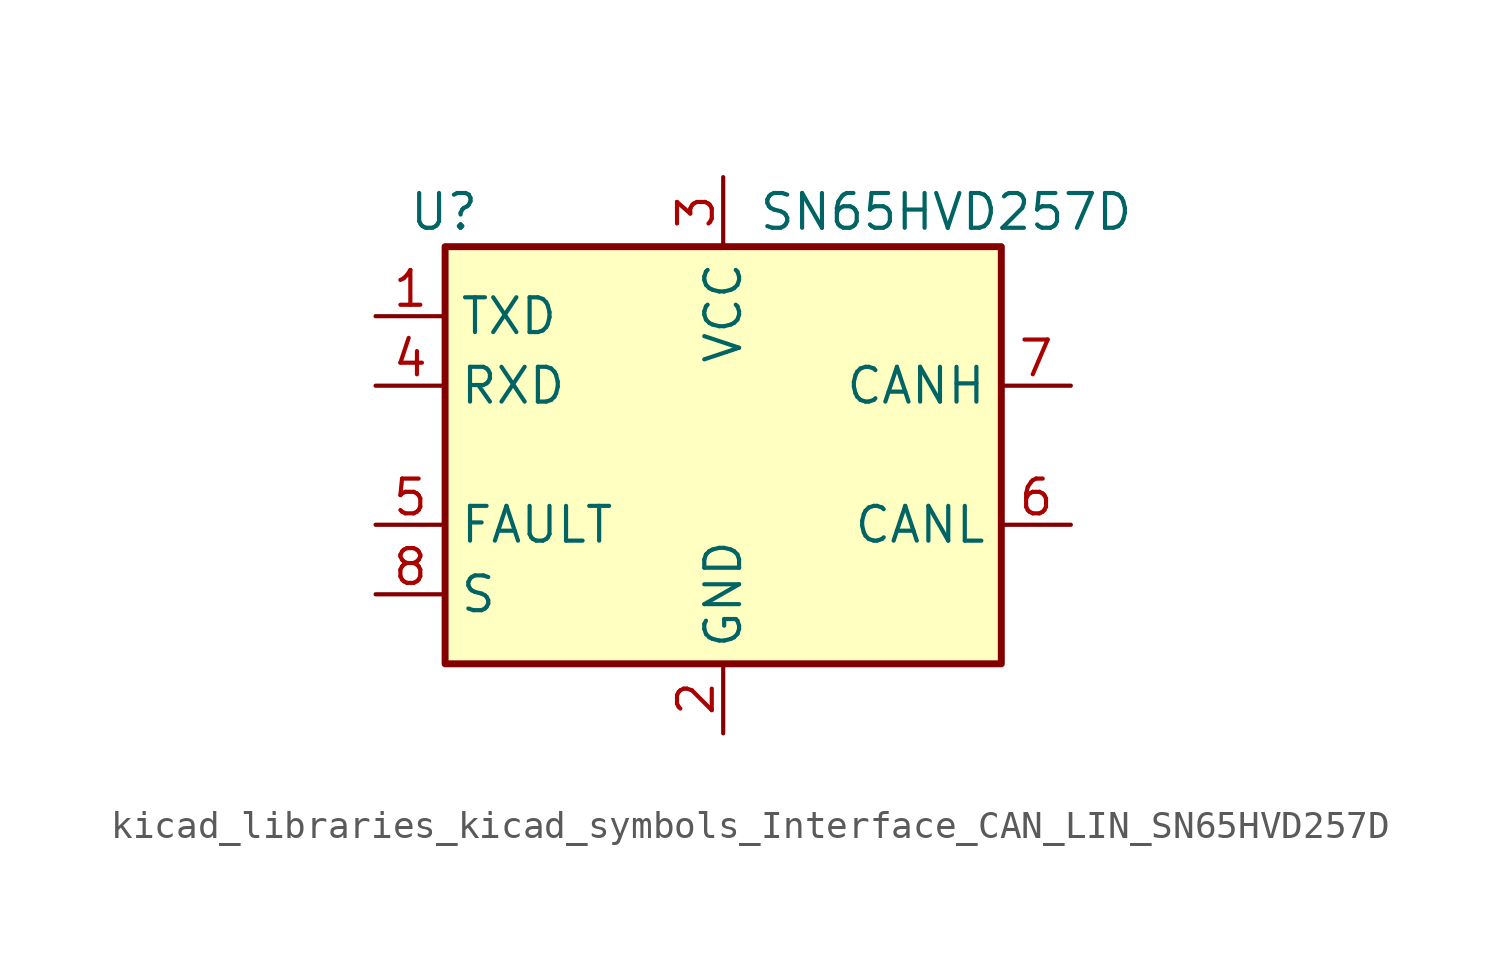
<source format=kicad_sym>
(kicad_symbol_lib
  (version 20220914)
  (generator kicad_symbol_editor)
  (symbol "kicad_libraries_kicad_symbols_Interface_CAN_LIN_SN65HVD257D"
    (property "Reference" "U"
      (at -8.89 8.89 0)
      (effects (font (size 1.27 1.27)) (justify right)))
    (property "Value" "SN65HVD257D"
      (at 1.27 8.89 0)
      (effects (font (size 1.27 1.27)) (justify left)))
    (symbol "kicad_libraries_kicad_symbols_Interface_CAN_LIN_SN65HVD257D_0_1"
      (rectangle (start -10.16 7.62) (end 10.16 -7.62) (stroke (width 0.254) (type default)) (fill (type background))))
    (symbol "kicad_libraries_kicad_symbols_Interface_CAN_LIN_SN65HVD257D_1_1"
      (pin input line (at -12.7 5.08 0) (length 2.54) (name "TXD" (effects (font (size 1.27 1.27)))) (number "1" (effects (font (size 1.27 1.27)))))
      (pin power_in line (at 0 -10.16 90) (length 2.54) (name "GND" (effects (font (size 1.27 1.27)))) (number "2" (effects (font (size 1.27 1.27)))))
      (pin power_in line (at 0 10.16 270) (length 2.54) (name "VCC" (effects (font (size 1.27 1.27)))) (number "3" (effects (font (size 1.27 1.27)))))
      (pin output line (at -12.7 2.54 0) (length 2.54) (name "RXD" (effects (font (size 1.27 1.27)))) (number "4" (effects (font (size 1.27 1.27)))))
      (pin open_collector line (at -12.7 -2.54 0) (length 2.54) (name "FAULT" (effects (font (size 1.27 1.27)))) (number "5" (effects (font (size 1.27 1.27)))))
      (pin bidirectional line (at 12.7 -2.54 180) (length 2.54) (name "CANL" (effects (font (size 1.27 1.27)))) (number "6" (effects (font (size 1.27 1.27)))))
      (pin bidirectional line (at 12.7 2.54 180) (length 2.54) (name "CANH" (effects (font (size 1.27 1.27)))) (number "7" (effects (font (size 1.27 1.27)))))
      (pin input line (at -12.7 -5.08 0) (length 2.54) (name "S" (effects (font (size 1.27 1.27)))) (number "8" (effects (font (size 1.27 1.27))))))))
</source>
